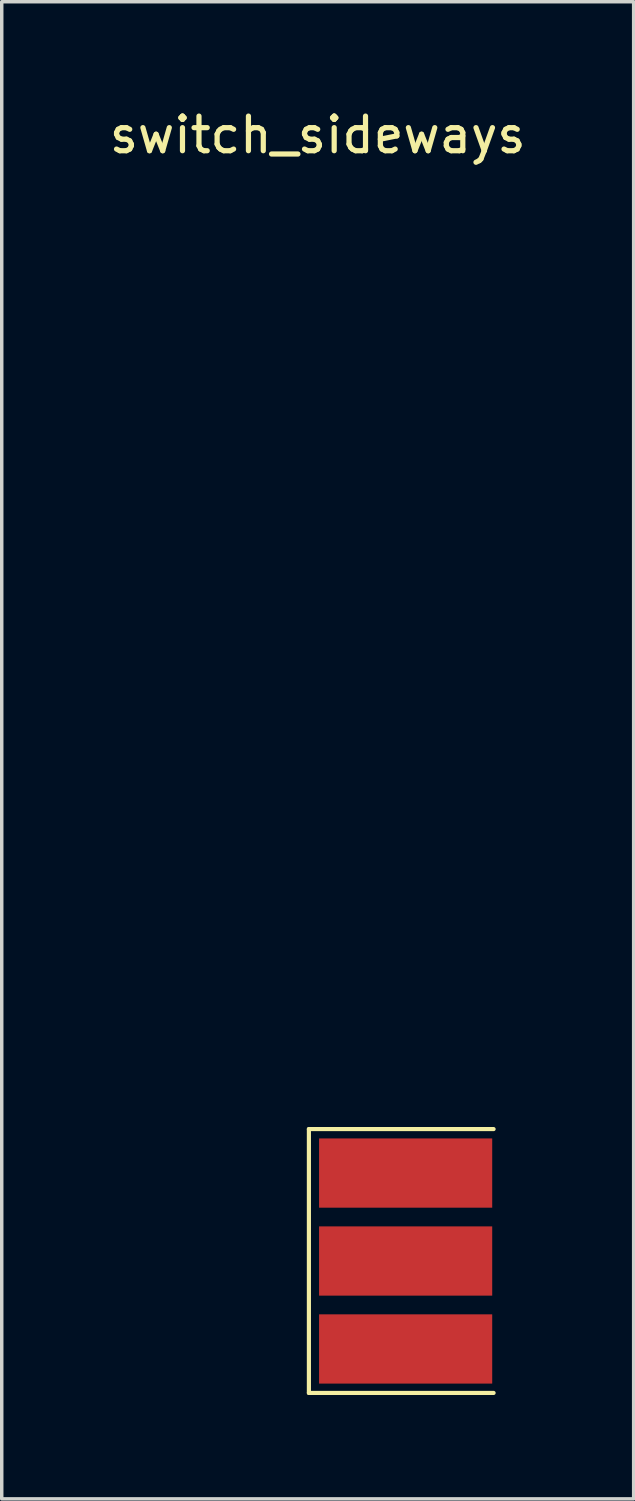
<source format=kicad_pcb>
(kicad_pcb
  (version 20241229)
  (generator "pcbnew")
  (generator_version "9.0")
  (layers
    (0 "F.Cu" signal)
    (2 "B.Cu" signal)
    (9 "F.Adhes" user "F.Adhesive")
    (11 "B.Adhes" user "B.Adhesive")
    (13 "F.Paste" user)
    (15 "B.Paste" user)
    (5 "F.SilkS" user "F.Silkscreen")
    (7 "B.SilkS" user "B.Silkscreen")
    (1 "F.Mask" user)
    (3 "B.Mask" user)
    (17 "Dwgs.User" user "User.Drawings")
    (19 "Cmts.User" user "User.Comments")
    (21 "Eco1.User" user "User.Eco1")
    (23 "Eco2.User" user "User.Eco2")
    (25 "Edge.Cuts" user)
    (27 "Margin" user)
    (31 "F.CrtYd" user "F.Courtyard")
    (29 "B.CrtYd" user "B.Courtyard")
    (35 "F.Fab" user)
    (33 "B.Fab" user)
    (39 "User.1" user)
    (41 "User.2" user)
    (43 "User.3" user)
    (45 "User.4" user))
  (footprint "switch_sideways"
    (layer "F.Cu")
    (at 6.125 33.368)
    (property "Reference" "switch_sideways" (at 0 -32.52 0) (layer "F.SilkS") (effects (font (size 1 1) (thickness 0.15))))
    (attr through_hole)
    (fp_line (start -0.254 -3.81) (end -0.254 3.81) (stroke (width 0.12) (type solid)) (layer "F.SilkS"))
    (fp_line (start -0.254 3.81) (end 5.08 3.81) (stroke (width 0.12) (type solid)) (layer "F.SilkS"))
    (fp_line (start 5.08 -3.81) (end -0.254 -3.81) (stroke (width 0.12) (type solid)) (layer "F.SilkS"))
    (pad "1" smd rect (at 2.54 -2.54) (size 5 2) (layers "F.Cu" "F.Mask" "F.Paste"))
    (pad "2" smd rect (at 2.54 0) (size 5 2) (layers "F.Cu" "F.Mask" "F.Paste"))
    (pad "3" smd rect (at 2.54 2.54) (size 5 2) (layers "F.Cu" "F.Mask" "F.Paste")))
  (gr_rect
    (start -3 -3)
    (end 15.25 40.238)
    (stroke (width 0.1) (type default))
    (fill no)
    (layer "Edge.Cuts")))
</source>
